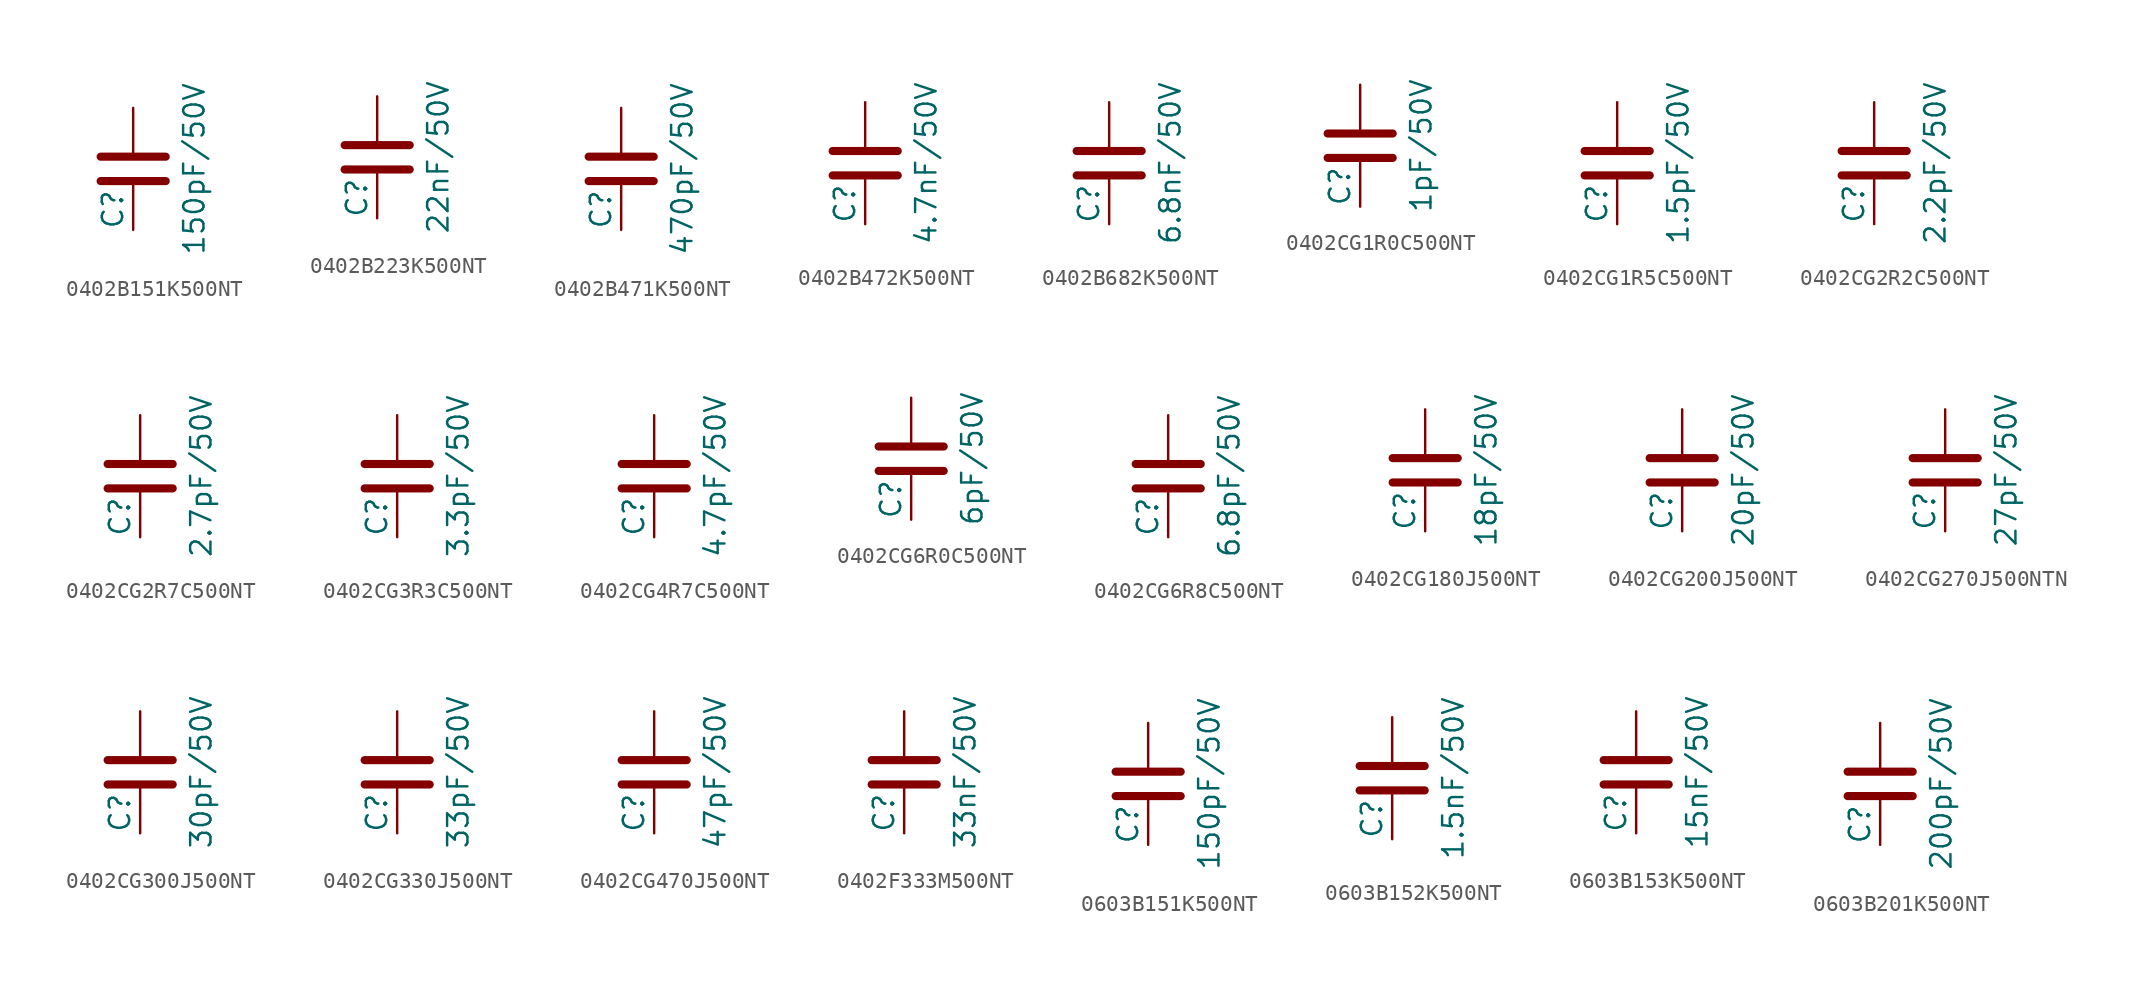
<source format=kicad_sym>
(kicad_symbol_lib
  (version 20211014)
  (generator conandllu_kicad_symbol_generator_20230922_18:37:20)
  (symbol "0402B151K500NT"
    (pin_numbers hide)
    (pin_names
      (offset 0.254))
    (property "Reference" "C"
      (at -1.27 -3.81 90)
      (effects (font (size 1.27 1.27)) (justify left)))
    (property "Value" "150pF/50V"
      (at 3.81 0 90)
      (effects (font (size 1.27 1.27))))
    (symbol "0402B151K500NT_0_1"
      (polyline (pts (xy -2.032 -0.762) (xy 2.032 -0.762)) (stroke (width 0.508) (type default)) (fill (type none)))
      (polyline (pts (xy -2.032 0.762) (xy 2.032 0.762)) (stroke (width 0.508) (type default)) (fill (type none))))
    (symbol "0402B151K500NT_1_1"
      (pin passive line (at 0 3.81 270) (length 2.794) (name "~" (effects (font (size 1.27 1.27)))) (number "1" (effects (font (size 1.27 1.27)))))
      (pin passive line (at 0 -3.81 90) (length 2.794) (name "~" (effects (font (size 1.27 1.27)))) (number "2" (effects (font (size 1.27 1.27)))))))
  (symbol "0402B223K500NT"
    (pin_numbers hide)
    (pin_names
      (offset 0.254))
    (property "Reference" "C"
      (at -1.27 -3.81 90)
      (effects (font (size 1.27 1.27)) (justify left)))
    (property "Value" "22nF/50V"
      (at 3.81 0 90)
      (effects (font (size 1.27 1.27))))
    (symbol "0402B223K500NT_0_1"
      (polyline (pts (xy -2.032 -0.762) (xy 2.032 -0.762)) (stroke (width 0.508) (type default)) (fill (type none)))
      (polyline (pts (xy -2.032 0.762) (xy 2.032 0.762)) (stroke (width 0.508) (type default)) (fill (type none))))
    (symbol "0402B223K500NT_1_1"
      (pin passive line (at 0 3.81 270) (length 2.794) (name "~" (effects (font (size 1.27 1.27)))) (number "1" (effects (font (size 1.27 1.27)))))
      (pin passive line (at 0 -3.81 90) (length 2.794) (name "~" (effects (font (size 1.27 1.27)))) (number "2" (effects (font (size 1.27 1.27)))))))
  (symbol "0402B471K500NT"
    (pin_numbers hide)
    (pin_names
      (offset 0.254))
    (property "Reference" "C"
      (at -1.27 -3.81 90)
      (effects (font (size 1.27 1.27)) (justify left)))
    (property "Value" "470pF/50V"
      (at 3.81 0 90)
      (effects (font (size 1.27 1.27))))
    (symbol "0402B471K500NT_0_1"
      (polyline (pts (xy -2.032 -0.762) (xy 2.032 -0.762)) (stroke (width 0.508) (type default)) (fill (type none)))
      (polyline (pts (xy -2.032 0.762) (xy 2.032 0.762)) (stroke (width 0.508) (type default)) (fill (type none))))
    (symbol "0402B471K500NT_1_1"
      (pin passive line (at 0 3.81 270) (length 2.794) (name "~" (effects (font (size 1.27 1.27)))) (number "1" (effects (font (size 1.27 1.27)))))
      (pin passive line (at 0 -3.81 90) (length 2.794) (name "~" (effects (font (size 1.27 1.27)))) (number "2" (effects (font (size 1.27 1.27)))))))
  (symbol "0402B472K500NT"
    (pin_numbers hide)
    (pin_names
      (offset 0.254))
    (property "Reference" "C"
      (at -1.27 -3.81 90)
      (effects (font (size 1.27 1.27)) (justify left)))
    (property "Value" "4.7nF/50V"
      (at 3.81 0 90)
      (effects (font (size 1.27 1.27))))
    (symbol "0402B472K500NT_0_1"
      (polyline (pts (xy -2.032 -0.762) (xy 2.032 -0.762)) (stroke (width 0.508) (type default)) (fill (type none)))
      (polyline (pts (xy -2.032 0.762) (xy 2.032 0.762)) (stroke (width 0.508) (type default)) (fill (type none))))
    (symbol "0402B472K500NT_1_1"
      (pin passive line (at 0 3.81 270) (length 2.794) (name "~" (effects (font (size 1.27 1.27)))) (number "1" (effects (font (size 1.27 1.27)))))
      (pin passive line (at 0 -3.81 90) (length 2.794) (name "~" (effects (font (size 1.27 1.27)))) (number "2" (effects (font (size 1.27 1.27)))))))
  (symbol "0402B682K500NT"
    (pin_numbers hide)
    (pin_names
      (offset 0.254))
    (property "Reference" "C"
      (at -1.27 -3.81 90)
      (effects (font (size 1.27 1.27)) (justify left)))
    (property "Value" "6.8nF/50V"
      (at 3.81 0 90)
      (effects (font (size 1.27 1.27))))
    (symbol "0402B682K500NT_0_1"
      (polyline (pts (xy -2.032 -0.762) (xy 2.032 -0.762)) (stroke (width 0.508) (type default)) (fill (type none)))
      (polyline (pts (xy -2.032 0.762) (xy 2.032 0.762)) (stroke (width 0.508) (type default)) (fill (type none))))
    (symbol "0402B682K500NT_1_1"
      (pin passive line (at 0 3.81 270) (length 2.794) (name "~" (effects (font (size 1.27 1.27)))) (number "1" (effects (font (size 1.27 1.27)))))
      (pin passive line (at 0 -3.81 90) (length 2.794) (name "~" (effects (font (size 1.27 1.27)))) (number "2" (effects (font (size 1.27 1.27)))))))
  (symbol "0402CG1R0C500NT"
    (pin_numbers hide)
    (pin_names
      (offset 0.254))
    (property "Reference" "C"
      (at -1.27 -3.81 90)
      (effects (font (size 1.27 1.27)) (justify left)))
    (property "Value" "1pF/50V"
      (at 3.81 0 90)
      (effects (font (size 1.27 1.27))))
    (symbol "0402CG1R0C500NT_0_1"
      (polyline (pts (xy -2.032 -0.762) (xy 2.032 -0.762)) (stroke (width 0.508) (type default)) (fill (type none)))
      (polyline (pts (xy -2.032 0.762) (xy 2.032 0.762)) (stroke (width 0.508) (type default)) (fill (type none))))
    (symbol "0402CG1R0C500NT_1_1"
      (pin passive line (at 0 3.81 270) (length 2.794) (name "~" (effects (font (size 1.27 1.27)))) (number "1" (effects (font (size 1.27 1.27)))))
      (pin passive line (at 0 -3.81 90) (length 2.794) (name "~" (effects (font (size 1.27 1.27)))) (number "2" (effects (font (size 1.27 1.27)))))))
  (symbol "0402CG1R5C500NT"
    (pin_numbers hide)
    (pin_names
      (offset 0.254))
    (property "Reference" "C"
      (at -1.27 -3.81 90)
      (effects (font (size 1.27 1.27)) (justify left)))
    (property "Value" "1.5pF/50V"
      (at 3.81 0 90)
      (effects (font (size 1.27 1.27))))
    (symbol "0402CG1R5C500NT_0_1"
      (polyline (pts (xy -2.032 -0.762) (xy 2.032 -0.762)) (stroke (width 0.508) (type default)) (fill (type none)))
      (polyline (pts (xy -2.032 0.762) (xy 2.032 0.762)) (stroke (width 0.508) (type default)) (fill (type none))))
    (symbol "0402CG1R5C500NT_1_1"
      (pin passive line (at 0 3.81 270) (length 2.794) (name "~" (effects (font (size 1.27 1.27)))) (number "1" (effects (font (size 1.27 1.27)))))
      (pin passive line (at 0 -3.81 90) (length 2.794) (name "~" (effects (font (size 1.27 1.27)))) (number "2" (effects (font (size 1.27 1.27)))))))
  (symbol "0402CG2R2C500NT"
    (pin_numbers hide)
    (pin_names
      (offset 0.254))
    (property "Reference" "C"
      (at -1.27 -3.81 90)
      (effects (font (size 1.27 1.27)) (justify left)))
    (property "Value" "2.2pF/50V"
      (at 3.81 0 90)
      (effects (font (size 1.27 1.27))))
    (symbol "0402CG2R2C500NT_0_1"
      (polyline (pts (xy -2.032 -0.762) (xy 2.032 -0.762)) (stroke (width 0.508) (type default)) (fill (type none)))
      (polyline (pts (xy -2.032 0.762) (xy 2.032 0.762)) (stroke (width 0.508) (type default)) (fill (type none))))
    (symbol "0402CG2R2C500NT_1_1"
      (pin passive line (at 0 3.81 270) (length 2.794) (name "~" (effects (font (size 1.27 1.27)))) (number "1" (effects (font (size 1.27 1.27)))))
      (pin passive line (at 0 -3.81 90) (length 2.794) (name "~" (effects (font (size 1.27 1.27)))) (number "2" (effects (font (size 1.27 1.27)))))))
  (symbol "0402CG2R7C500NT"
    (pin_numbers hide)
    (pin_names
      (offset 0.254))
    (property "Reference" "C"
      (at -1.27 -3.81 90)
      (effects (font (size 1.27 1.27)) (justify left)))
    (property "Value" "2.7pF/50V"
      (at 3.81 0 90)
      (effects (font (size 1.27 1.27))))
    (symbol "0402CG2R7C500NT_0_1"
      (polyline (pts (xy -2.032 -0.762) (xy 2.032 -0.762)) (stroke (width 0.508) (type default)) (fill (type none)))
      (polyline (pts (xy -2.032 0.762) (xy 2.032 0.762)) (stroke (width 0.508) (type default)) (fill (type none))))
    (symbol "0402CG2R7C500NT_1_1"
      (pin passive line (at 0 3.81 270) (length 2.794) (name "~" (effects (font (size 1.27 1.27)))) (number "1" (effects (font (size 1.27 1.27)))))
      (pin passive line (at 0 -3.81 90) (length 2.794) (name "~" (effects (font (size 1.27 1.27)))) (number "2" (effects (font (size 1.27 1.27)))))))
  (symbol "0402CG3R3C500NT"
    (pin_numbers hide)
    (pin_names
      (offset 0.254))
    (property "Reference" "C"
      (at -1.27 -3.81 90)
      (effects (font (size 1.27 1.27)) (justify left)))
    (property "Value" "3.3pF/50V"
      (at 3.81 0 90)
      (effects (font (size 1.27 1.27))))
    (symbol "0402CG3R3C500NT_0_1"
      (polyline (pts (xy -2.032 -0.762) (xy 2.032 -0.762)) (stroke (width 0.508) (type default)) (fill (type none)))
      (polyline (pts (xy -2.032 0.762) (xy 2.032 0.762)) (stroke (width 0.508) (type default)) (fill (type none))))
    (symbol "0402CG3R3C500NT_1_1"
      (pin passive line (at 0 3.81 270) (length 2.794) (name "~" (effects (font (size 1.27 1.27)))) (number "1" (effects (font (size 1.27 1.27)))))
      (pin passive line (at 0 -3.81 90) (length 2.794) (name "~" (effects (font (size 1.27 1.27)))) (number "2" (effects (font (size 1.27 1.27)))))))
  (symbol "0402CG4R7C500NT"
    (pin_numbers hide)
    (pin_names
      (offset 0.254))
    (property "Reference" "C"
      (at -1.27 -3.81 90)
      (effects (font (size 1.27 1.27)) (justify left)))
    (property "Value" "4.7pF/50V"
      (at 3.81 0 90)
      (effects (font (size 1.27 1.27))))
    (symbol "0402CG4R7C500NT_0_1"
      (polyline (pts (xy -2.032 -0.762) (xy 2.032 -0.762)) (stroke (width 0.508) (type default)) (fill (type none)))
      (polyline (pts (xy -2.032 0.762) (xy 2.032 0.762)) (stroke (width 0.508) (type default)) (fill (type none))))
    (symbol "0402CG4R7C500NT_1_1"
      (pin passive line (at 0 3.81 270) (length 2.794) (name "~" (effects (font (size 1.27 1.27)))) (number "1" (effects (font (size 1.27 1.27)))))
      (pin passive line (at 0 -3.81 90) (length 2.794) (name "~" (effects (font (size 1.27 1.27)))) (number "2" (effects (font (size 1.27 1.27)))))))
  (symbol "0402CG6R0C500NT"
    (pin_numbers hide)
    (pin_names
      (offset 0.254))
    (property "Reference" "C"
      (at -1.27 -3.81 90)
      (effects (font (size 1.27 1.27)) (justify left)))
    (property "Value" "6pF/50V"
      (at 3.81 0 90)
      (effects (font (size 1.27 1.27))))
    (symbol "0402CG6R0C500NT_0_1"
      (polyline (pts (xy -2.032 -0.762) (xy 2.032 -0.762)) (stroke (width 0.508) (type default)) (fill (type none)))
      (polyline (pts (xy -2.032 0.762) (xy 2.032 0.762)) (stroke (width 0.508) (type default)) (fill (type none))))
    (symbol "0402CG6R0C500NT_1_1"
      (pin passive line (at 0 3.81 270) (length 2.794) (name "~" (effects (font (size 1.27 1.27)))) (number "1" (effects (font (size 1.27 1.27)))))
      (pin passive line (at 0 -3.81 90) (length 2.794) (name "~" (effects (font (size 1.27 1.27)))) (number "2" (effects (font (size 1.27 1.27)))))))
  (symbol "0402CG6R8C500NT"
    (pin_numbers hide)
    (pin_names
      (offset 0.254))
    (property "Reference" "C"
      (at -1.27 -3.81 90)
      (effects (font (size 1.27 1.27)) (justify left)))
    (property "Value" "6.8pF/50V"
      (at 3.81 0 90)
      (effects (font (size 1.27 1.27))))
    (symbol "0402CG6R8C500NT_0_1"
      (polyline (pts (xy -2.032 -0.762) (xy 2.032 -0.762)) (stroke (width 0.508) (type default)) (fill (type none)))
      (polyline (pts (xy -2.032 0.762) (xy 2.032 0.762)) (stroke (width 0.508) (type default)) (fill (type none))))
    (symbol "0402CG6R8C500NT_1_1"
      (pin passive line (at 0 3.81 270) (length 2.794) (name "~" (effects (font (size 1.27 1.27)))) (number "1" (effects (font (size 1.27 1.27)))))
      (pin passive line (at 0 -3.81 90) (length 2.794) (name "~" (effects (font (size 1.27 1.27)))) (number "2" (effects (font (size 1.27 1.27)))))))
  (symbol "0402CG180J500NT"
    (pin_numbers hide)
    (pin_names
      (offset 0.254))
    (property "Reference" "C"
      (at -1.27 -3.81 90)
      (effects (font (size 1.27 1.27)) (justify left)))
    (property "Value" "18pF/50V"
      (at 3.81 0 90)
      (effects (font (size 1.27 1.27))))
    (symbol "0402CG180J500NT_0_1"
      (polyline (pts (xy -2.032 -0.762) (xy 2.032 -0.762)) (stroke (width 0.508) (type default)) (fill (type none)))
      (polyline (pts (xy -2.032 0.762) (xy 2.032 0.762)) (stroke (width 0.508) (type default)) (fill (type none))))
    (symbol "0402CG180J500NT_1_1"
      (pin passive line (at 0 3.81 270) (length 2.794) (name "~" (effects (font (size 1.27 1.27)))) (number "1" (effects (font (size 1.27 1.27)))))
      (pin passive line (at 0 -3.81 90) (length 2.794) (name "~" (effects (font (size 1.27 1.27)))) (number "2" (effects (font (size 1.27 1.27)))))))
  (symbol "0402CG200J500NT"
    (pin_numbers hide)
    (pin_names
      (offset 0.254))
    (property "Reference" "C"
      (at -1.27 -3.81 90)
      (effects (font (size 1.27 1.27)) (justify left)))
    (property "Value" "20pF/50V"
      (at 3.81 0 90)
      (effects (font (size 1.27 1.27))))
    (symbol "0402CG200J500NT_0_1"
      (polyline (pts (xy -2.032 -0.762) (xy 2.032 -0.762)) (stroke (width 0.508) (type default)) (fill (type none)))
      (polyline (pts (xy -2.032 0.762) (xy 2.032 0.762)) (stroke (width 0.508) (type default)) (fill (type none))))
    (symbol "0402CG200J500NT_1_1"
      (pin passive line (at 0 3.81 270) (length 2.794) (name "~" (effects (font (size 1.27 1.27)))) (number "1" (effects (font (size 1.27 1.27)))))
      (pin passive line (at 0 -3.81 90) (length 2.794) (name "~" (effects (font (size 1.27 1.27)))) (number "2" (effects (font (size 1.27 1.27)))))))
  (symbol "0402CG270J500NTN"
    (pin_numbers hide)
    (pin_names
      (offset 0.254))
    (property "Reference" "C"
      (at -1.27 -3.81 90)
      (effects (font (size 1.27 1.27)) (justify left)))
    (property "Value" "27pF/50V"
      (at 3.81 0 90)
      (effects (font (size 1.27 1.27))))
    (symbol "0402CG270J500NTN_0_1"
      (polyline (pts (xy -2.032 -0.762) (xy 2.032 -0.762)) (stroke (width 0.508) (type default)) (fill (type none)))
      (polyline (pts (xy -2.032 0.762) (xy 2.032 0.762)) (stroke (width 0.508) (type default)) (fill (type none))))
    (symbol "0402CG270J500NTN_1_1"
      (pin passive line (at 0 3.81 270) (length 2.794) (name "~" (effects (font (size 1.27 1.27)))) (number "1" (effects (font (size 1.27 1.27)))))
      (pin passive line (at 0 -3.81 90) (length 2.794) (name "~" (effects (font (size 1.27 1.27)))) (number "2" (effects (font (size 1.27 1.27)))))))
  (symbol "0402CG300J500NT"
    (pin_numbers hide)
    (pin_names
      (offset 0.254))
    (property "Reference" "C"
      (at -1.27 -3.81 90)
      (effects (font (size 1.27 1.27)) (justify left)))
    (property "Value" "30pF/50V"
      (at 3.81 0 90)
      (effects (font (size 1.27 1.27))))
    (symbol "0402CG300J500NT_0_1"
      (polyline (pts (xy -2.032 -0.762) (xy 2.032 -0.762)) (stroke (width 0.508) (type default)) (fill (type none)))
      (polyline (pts (xy -2.032 0.762) (xy 2.032 0.762)) (stroke (width 0.508) (type default)) (fill (type none))))
    (symbol "0402CG300J500NT_1_1"
      (pin passive line (at 0 3.81 270) (length 2.794) (name "~" (effects (font (size 1.27 1.27)))) (number "1" (effects (font (size 1.27 1.27)))))
      (pin passive line (at 0 -3.81 90) (length 2.794) (name "~" (effects (font (size 1.27 1.27)))) (number "2" (effects (font (size 1.27 1.27)))))))
  (symbol "0402CG330J500NT"
    (pin_numbers hide)
    (pin_names
      (offset 0.254))
    (property "Reference" "C"
      (at -1.27 -3.81 90)
      (effects (font (size 1.27 1.27)) (justify left)))
    (property "Value" "33pF/50V"
      (at 3.81 0 90)
      (effects (font (size 1.27 1.27))))
    (symbol "0402CG330J500NT_0_1"
      (polyline (pts (xy -2.032 -0.762) (xy 2.032 -0.762)) (stroke (width 0.508) (type default)) (fill (type none)))
      (polyline (pts (xy -2.032 0.762) (xy 2.032 0.762)) (stroke (width 0.508) (type default)) (fill (type none))))
    (symbol "0402CG330J500NT_1_1"
      (pin passive line (at 0 3.81 270) (length 2.794) (name "~" (effects (font (size 1.27 1.27)))) (number "1" (effects (font (size 1.27 1.27)))))
      (pin passive line (at 0 -3.81 90) (length 2.794) (name "~" (effects (font (size 1.27 1.27)))) (number "2" (effects (font (size 1.27 1.27)))))))
  (symbol "0402CG470J500NT"
    (pin_numbers hide)
    (pin_names
      (offset 0.254))
    (property "Reference" "C"
      (at -1.27 -3.81 90)
      (effects (font (size 1.27 1.27)) (justify left)))
    (property "Value" "47pF/50V"
      (at 3.81 0 90)
      (effects (font (size 1.27 1.27))))
    (symbol "0402CG470J500NT_0_1"
      (polyline (pts (xy -2.032 -0.762) (xy 2.032 -0.762)) (stroke (width 0.508) (type default)) (fill (type none)))
      (polyline (pts (xy -2.032 0.762) (xy 2.032 0.762)) (stroke (width 0.508) (type default)) (fill (type none))))
    (symbol "0402CG470J500NT_1_1"
      (pin passive line (at 0 3.81 270) (length 2.794) (name "~" (effects (font (size 1.27 1.27)))) (number "1" (effects (font (size 1.27 1.27)))))
      (pin passive line (at 0 -3.81 90) (length 2.794) (name "~" (effects (font (size 1.27 1.27)))) (number "2" (effects (font (size 1.27 1.27)))))))
  (symbol "0402F333M500NT"
    (pin_numbers hide)
    (pin_names
      (offset 0.254))
    (property "Reference" "C"
      (at -1.27 -3.81 90)
      (effects (font (size 1.27 1.27)) (justify left)))
    (property "Value" "33nF/50V"
      (at 3.81 0 90)
      (effects (font (size 1.27 1.27))))
    (symbol "0402F333M500NT_0_1"
      (polyline (pts (xy -2.032 -0.762) (xy 2.032 -0.762)) (stroke (width 0.508) (type default)) (fill (type none)))
      (polyline (pts (xy -2.032 0.762) (xy 2.032 0.762)) (stroke (width 0.508) (type default)) (fill (type none))))
    (symbol "0402F333M500NT_1_1"
      (pin passive line (at 0 3.81 270) (length 2.794) (name "~" (effects (font (size 1.27 1.27)))) (number "1" (effects (font (size 1.27 1.27)))))
      (pin passive line (at 0 -3.81 90) (length 2.794) (name "~" (effects (font (size 1.27 1.27)))) (number "2" (effects (font (size 1.27 1.27)))))))
  (symbol "0603B151K500NT"
    (pin_numbers hide)
    (pin_names
      (offset 0.254))
    (property "Reference" "C"
      (at -1.27 -3.81 90)
      (effects (font (size 1.27 1.27)) (justify left)))
    (property "Value" "150pF/50V"
      (at 3.81 0 90)
      (effects (font (size 1.27 1.27))))
    (symbol "0603B151K500NT_0_1"
      (polyline (pts (xy -2.032 -0.762) (xy 2.032 -0.762)) (stroke (width 0.508) (type default)) (fill (type none)))
      (polyline (pts (xy -2.032 0.762) (xy 2.032 0.762)) (stroke (width 0.508) (type default)) (fill (type none))))
    (symbol "0603B151K500NT_1_1"
      (pin passive line (at 0 3.81 270) (length 2.794) (name "~" (effects (font (size 1.27 1.27)))) (number "1" (effects (font (size 1.27 1.27)))))
      (pin passive line (at 0 -3.81 90) (length 2.794) (name "~" (effects (font (size 1.27 1.27)))) (number "2" (effects (font (size 1.27 1.27)))))))
  (symbol "0603B152K500NT"
    (pin_numbers hide)
    (pin_names
      (offset 0.254))
    (property "Reference" "C"
      (at -1.27 -3.81 90)
      (effects (font (size 1.27 1.27)) (justify left)))
    (property "Value" "1.5nF/50V"
      (at 3.81 0 90)
      (effects (font (size 1.27 1.27))))
    (symbol "0603B152K500NT_0_1"
      (polyline (pts (xy -2.032 -0.762) (xy 2.032 -0.762)) (stroke (width 0.508) (type default)) (fill (type none)))
      (polyline (pts (xy -2.032 0.762) (xy 2.032 0.762)) (stroke (width 0.508) (type default)) (fill (type none))))
    (symbol "0603B152K500NT_1_1"
      (pin passive line (at 0 3.81 270) (length 2.794) (name "~" (effects (font (size 1.27 1.27)))) (number "1" (effects (font (size 1.27 1.27)))))
      (pin passive line (at 0 -3.81 90) (length 2.794) (name "~" (effects (font (size 1.27 1.27)))) (number "2" (effects (font (size 1.27 1.27)))))))
  (symbol "0603B153K500NT"
    (pin_numbers hide)
    (pin_names
      (offset 0.254))
    (property "Reference" "C"
      (at -1.27 -3.81 90)
      (effects (font (size 1.27 1.27)) (justify left)))
    (property "Value" "15nF/50V"
      (at 3.81 0 90)
      (effects (font (size 1.27 1.27))))
    (symbol "0603B153K500NT_0_1"
      (polyline (pts (xy -2.032 -0.762) (xy 2.032 -0.762)) (stroke (width 0.508) (type default)) (fill (type none)))
      (polyline (pts (xy -2.032 0.762) (xy 2.032 0.762)) (stroke (width 0.508) (type default)) (fill (type none))))
    (symbol "0603B153K500NT_1_1"
      (pin passive line (at 0 3.81 270) (length 2.794) (name "~" (effects (font (size 1.27 1.27)))) (number "1" (effects (font (size 1.27 1.27)))))
      (pin passive line (at 0 -3.81 90) (length 2.794) (name "~" (effects (font (size 1.27 1.27)))) (number "2" (effects (font (size 1.27 1.27)))))))
  (symbol "0603B201K500NT"
    (pin_numbers hide)
    (pin_names
      (offset 0.254))
    (property "Reference" "C"
      (at -1.27 -3.81 90)
      (effects (font (size 1.27 1.27)) (justify left)))
    (property "Value" "200pF/50V"
      (at 3.81 0 90)
      (effects (font (size 1.27 1.27))))
    (symbol "0603B201K500NT_0_1"
      (polyline (pts (xy -2.032 -0.762) (xy 2.032 -0.762)) (stroke (width 0.508) (type default)) (fill (type none)))
      (polyline (pts (xy -2.032 0.762) (xy 2.032 0.762)) (stroke (width 0.508) (type default)) (fill (type none))))
    (symbol "0603B201K500NT_1_1"
      (pin passive line (at 0 3.81 270) (length 2.794) (name "~" (effects (font (size 1.27 1.27)))) (number "1" (effects (font (size 1.27 1.27)))))
      (pin passive line (at 0 -3.81 90) (length 2.794) (name "~" (effects (font (size 1.27 1.27)))) (number "2" (effects (font (size 1.27 1.27))))))))
</source>
